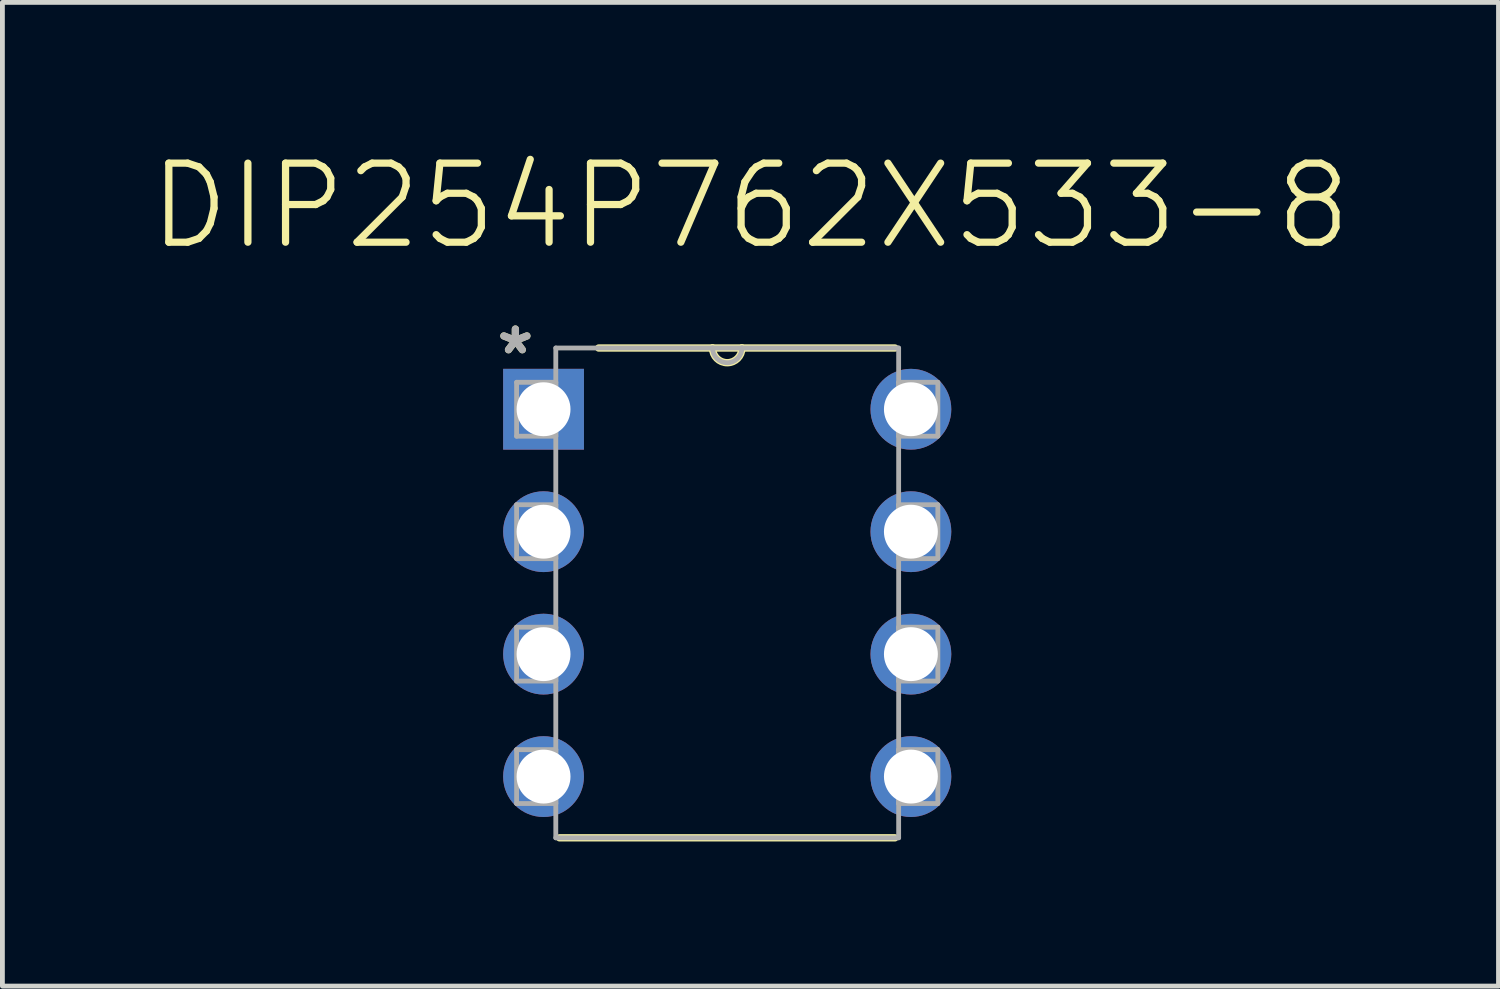
<source format=kicad_pcb>
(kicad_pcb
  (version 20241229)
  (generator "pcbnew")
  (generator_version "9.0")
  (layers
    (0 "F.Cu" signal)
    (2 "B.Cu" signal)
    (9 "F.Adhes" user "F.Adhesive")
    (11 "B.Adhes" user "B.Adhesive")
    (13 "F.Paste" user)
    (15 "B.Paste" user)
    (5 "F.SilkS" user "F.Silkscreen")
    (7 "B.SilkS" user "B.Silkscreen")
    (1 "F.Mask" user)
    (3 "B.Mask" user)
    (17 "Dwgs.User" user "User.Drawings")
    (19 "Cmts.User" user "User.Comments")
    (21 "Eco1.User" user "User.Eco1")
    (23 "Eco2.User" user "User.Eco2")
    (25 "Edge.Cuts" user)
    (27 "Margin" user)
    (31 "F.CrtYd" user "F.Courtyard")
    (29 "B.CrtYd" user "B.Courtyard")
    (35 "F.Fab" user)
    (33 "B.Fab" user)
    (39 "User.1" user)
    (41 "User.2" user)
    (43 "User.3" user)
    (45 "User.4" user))
  (footprint "DIP254P762X533-8"
    (layer "F.Cu")
    (at 15.845 13.059)
    (property "Reference" "DIP254P762X533-8" (at -3.327 -11.836 0) (layer "F.SilkS") (effects (font (size 1.64 1.64) (thickness 0.15))))
    (attr through_hole)
    (fp_line (start -7.29 1.27) (end -0.33 1.27) (stroke (width 0.152) (type solid)) (layer "F.SilkS"))
    (fp_line (start -4.115 -8.89) (end -6.477 -8.89) (stroke (width 0.152) (type solid)) (layer "F.SilkS"))
    (fp_line (start -3.505 -8.89) (end -4.115 -8.89) (stroke (width 0.152) (type solid)) (layer "F.SilkS"))
    (fp_line (start -0.33 -8.89) (end -3.505 -8.89) (stroke (width 0.152) (type solid)) (layer "F.SilkS"))
    (fp_arc (start -3.5052 -8.89) (mid -3.81 -8.5852) (end -4.1148 -8.89) (stroke (width 0.1524) (type solid)) (layer "F.SilkS"))
    (fp_line (start -8.179 -8.179) (end -8.179 -7.061) (stroke (width 0.1) (type solid)) (layer "F.Fab"))
    (fp_line (start -8.179 -7.061) (end -7.366 -7.061) (stroke (width 0.1) (type solid)) (layer "F.Fab"))
    (fp_line (start -8.179 -5.639) (end -8.179 -4.521) (stroke (width 0.1) (type solid)) (layer "F.Fab"))
    (fp_line (start -8.179 -4.521) (end -7.366 -4.521) (stroke (width 0.1) (type solid)) (layer "F.Fab"))
    (fp_line (start -8.179 -3.099) (end -8.179 -1.981) (stroke (width 0.1) (type solid)) (layer "F.Fab"))
    (fp_line (start -8.179 -1.981) (end -7.366 -1.981) (stroke (width 0.1) (type solid)) (layer "F.Fab"))
    (fp_line (start -8.179 -0.559) (end -8.179 0.559) (stroke (width 0.1) (type solid)) (layer "F.Fab"))
    (fp_line (start -8.179 0.559) (end -7.366 0.559) (stroke (width 0.1) (type solid)) (layer "F.Fab"))
    (fp_line (start -7.366 -8.89) (end -7.366 1.27) (stroke (width 0.1) (type solid)) (layer "F.Fab"))
    (fp_line (start -7.366 -8.179) (end -8.179 -8.179) (stroke (width 0.1) (type solid)) (layer "F.Fab"))
    (fp_line (start -7.366 -7.061) (end -7.366 -8.179) (stroke (width 0.1) (type solid)) (layer "F.Fab"))
    (fp_line (start -7.366 -5.639) (end -8.179 -5.639) (stroke (width 0.1) (type solid)) (layer "F.Fab"))
    (fp_line (start -7.366 -4.521) (end -7.366 -5.639) (stroke (width 0.1) (type solid)) (layer "F.Fab"))
    (fp_line (start -7.366 -3.099) (end -8.179 -3.099) (stroke (width 0.1) (type solid)) (layer "F.Fab"))
    (fp_line (start -7.366 -1.981) (end -7.366 -3.099) (stroke (width 0.1) (type solid)) (layer "F.Fab"))
    (fp_line (start -7.366 -0.559) (end -8.179 -0.559) (stroke (width 0.1) (type solid)) (layer "F.Fab"))
    (fp_line (start -7.366 0.559) (end -7.366 -0.559) (stroke (width 0.1) (type solid)) (layer "F.Fab"))
    (fp_line (start -7.366 1.27) (end -0.254 1.27) (stroke (width 0.1) (type solid)) (layer "F.Fab"))
    (fp_line (start -4.115 -8.89) (end -7.366 -8.89) (stroke (width 0.1) (type solid)) (layer "F.Fab"))
    (fp_line (start -3.505 -8.89) (end -4.115 -8.89) (stroke (width 0.1) (type solid)) (layer "F.Fab"))
    (fp_line (start -0.254 -8.89) (end -3.505 -8.89) (stroke (width 0.1) (type solid)) (layer "F.Fab"))
    (fp_line (start -0.254 -8.179) (end -0.254 -7.061) (stroke (width 0.1) (type solid)) (layer "F.Fab"))
    (fp_line (start -0.254 -7.061) (end 0.559 -7.061) (stroke (width 0.1) (type solid)) (layer "F.Fab"))
    (fp_line (start -0.254 -5.639) (end -0.254 -4.521) (stroke (width 0.1) (type solid)) (layer "F.Fab"))
    (fp_line (start -0.254 -4.521) (end 0.559 -4.521) (stroke (width 0.1) (type solid)) (layer "F.Fab"))
    (fp_line (start -0.254 -3.099) (end -0.254 -1.981) (stroke (width 0.1) (type solid)) (layer "F.Fab"))
    (fp_line (start -0.254 -1.981) (end 0.559 -1.981) (stroke (width 0.1) (type solid)) (layer "F.Fab"))
    (fp_line (start -0.254 -0.559) (end -0.254 0.559) (stroke (width 0.1) (type solid)) (layer "F.Fab"))
    (fp_line (start -0.254 0.559) (end 0.559 0.559) (stroke (width 0.1) (type solid)) (layer "F.Fab"))
    (fp_line (start -0.254 1.27) (end -0.254 -8.89) (stroke (width 0.1) (type solid)) (layer "F.Fab"))
    (fp_line (start 0.559 -8.179) (end -0.254 -8.179) (stroke (width 0.1) (type solid)) (layer "F.Fab"))
    (fp_line (start 0.559 -7.061) (end 0.559 -8.179) (stroke (width 0.1) (type solid)) (layer "F.Fab"))
    (fp_line (start 0.559 -5.639) (end -0.254 -5.639) (stroke (width 0.1) (type solid)) (layer "F.Fab"))
    (fp_line (start 0.559 -4.521) (end 0.559 -5.639) (stroke (width 0.1) (type solid)) (layer "F.Fab"))
    (fp_line (start 0.559 -3.099) (end -0.254 -3.099) (stroke (width 0.1) (type solid)) (layer "F.Fab"))
    (fp_line (start 0.559 -1.981) (end 0.559 -3.099) (stroke (width 0.1) (type solid)) (layer "F.Fab"))
    (fp_line (start 0.559 -0.559) (end -0.254 -0.559) (stroke (width 0.1) (type solid)) (layer "F.Fab"))
    (fp_line (start 0.559 0.559) (end 0.559 -0.559) (stroke (width 0.1) (type solid)) (layer "F.Fab"))
    (fp_arc (start -3.5052 -8.89) (mid -3.81 -8.5852) (end -4.1148 -8.89) (stroke (width 0.1) (type solid)) (layer "F.Fab"))
    (fp_text user "*" (at -8.204 -8.738 0) (layer "F.SilkS") (effects (font (size 1 1) (thickness 0.15))))
    (fp_text user "*" (at -8.204 -8.738 0) (layer "F.Fab") (effects (font (size 1 1) (thickness 0.15))))
    (pad "1" thru_hole rect (at -7.62 -7.62) (size 1.676 1.676) (drill 1.118) (layers "*.Cu" "*.Mask"))
    (pad "2" thru_hole circle (at -7.62 -5.08) (size 1.676 1.676) (drill 1.118) (layers "*.Cu" "*.Mask"))
    (pad "3" thru_hole circle (at -7.62 -2.54) (size 1.676 1.676) (drill 1.118) (layers "*.Cu" "*.Mask"))
    (pad "4" thru_hole circle (at -7.62 0) (size 1.676 1.676) (drill 1.118) (layers "*.Cu" "*.Mask"))
    (pad "5" thru_hole circle (at 0 0) (size 1.676 1.676) (drill 1.118) (layers "*.Cu" "*.Mask"))
    (pad "6" thru_hole circle (at 0 -2.54) (size 1.676 1.676) (drill 1.118) (layers "*.Cu" "*.Mask"))
    (pad "7" thru_hole circle (at 0 -5.08) (size 1.676 1.676) (drill 1.118) (layers "*.Cu" "*.Mask"))
    (pad "8" thru_hole circle (at 0 -7.62) (size 1.676 1.676) (drill 1.118) (layers "*.Cu" "*.Mask")))
  (gr_rect
    (start -3 -3)
    (end 28.034 17.405)
    (stroke (width 0.1) (type default))
    (fill no)
    (layer "Edge.Cuts")))
</source>
